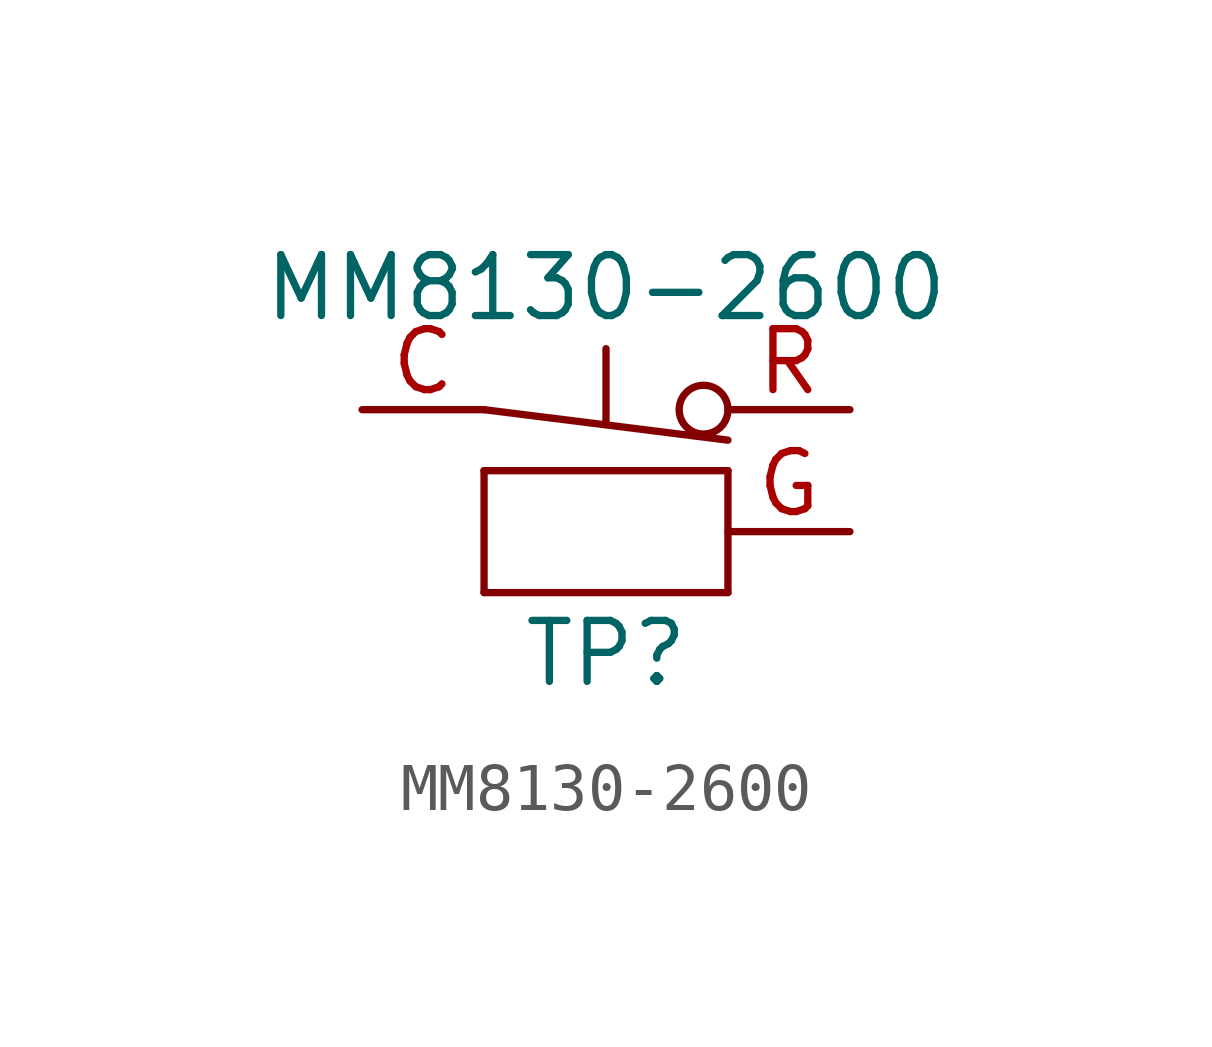
<source format=kicad_sym>
(kicad_symbol_lib
  (version 20231120)
  (generator "kicad_symbol_editor")
  (generator_version "8.0")
  (symbol "MM8130-2600"
    (pin_names
      (offset 1.016) hide)
    (property "Reference" "TP"
      (at 0 -3.81 0)
      (effects (font (size 1.27 1.27))))
    (property "Value" "MM8130-2600"
      (at 0 3.81 0)
      (effects (font (size 1.27 1.27))))
    (symbol "MM8130-2600_0_1"
      (rectangle (start -2.54 -2.54) (end 2.54 -2.54) (stroke (width 0) (type default)) (fill (type none)))
      (rectangle (start -2.54 0) (end -2.54 -2.54) (stroke (width 0) (type default)) (fill (type none)))
      (rectangle (start 2.54 0) (end -2.54 0) (stroke (width 0) (type default)) (fill (type none)))
      (rectangle (start 2.54 0) (end 2.54 -2.54) (stroke (width 0) (type default)) (fill (type none))))
    (symbol "MM8130-2600_1_1"
      (polyline (pts (xy -2.54 1.27) (xy 2.54 0.635)) (stroke (width 0) (type default)) (fill (type none)))
      (polyline (pts (xy 0 1.016) (xy 0 2.54)) (stroke (width 0) (type default)) (fill (type none)))
      (circle (center 2.032 1.27) (radius 0.508) (stroke (width 0) (type default)) (fill (type none)))
      (pin passive line (at -5.08 1.27 0) (length 2.54) (name "C" (effects (font (size 1.27 1.27)))) (number "C" (effects (font (size 1.27 1.27)))))
      (pin passive line (at 5.08 -1.27 180) (length 2.54) (name "G" (effects (font (size 1.27 1.27)))) (number "G" (effects (font (size 1.27 1.27)))))
      (pin passive line (at 5.08 1.27 180) (length 2.54) (name "R" (effects (font (size 1.27 1.27)))) (number "R" (effects (font (size 1.27 1.27))))))))
</source>
